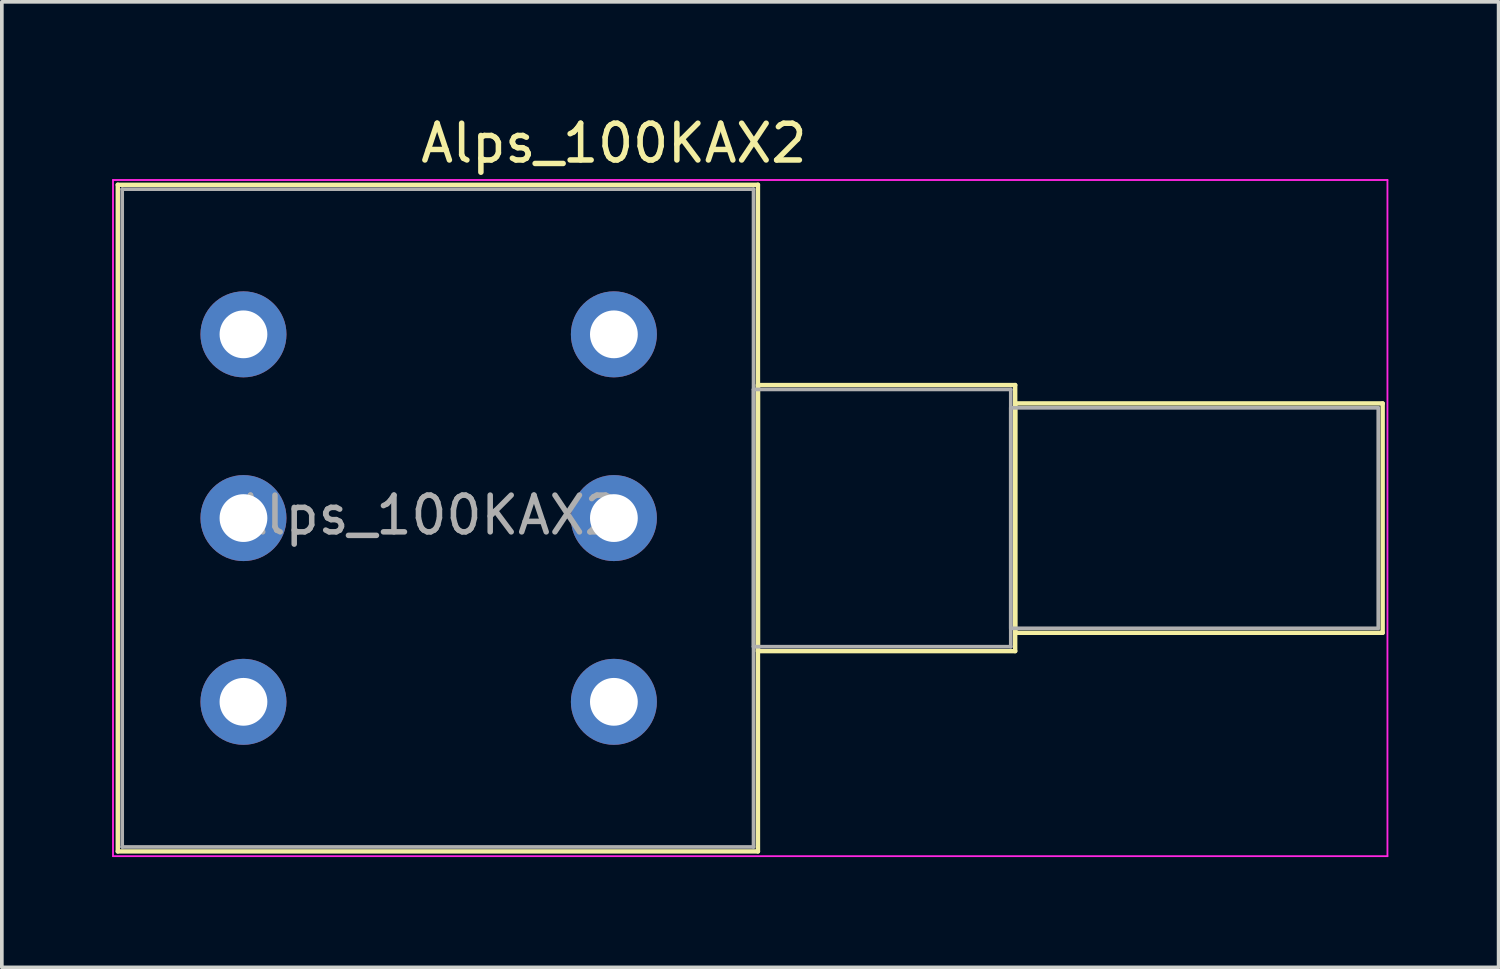
<source format=kicad_pcb>
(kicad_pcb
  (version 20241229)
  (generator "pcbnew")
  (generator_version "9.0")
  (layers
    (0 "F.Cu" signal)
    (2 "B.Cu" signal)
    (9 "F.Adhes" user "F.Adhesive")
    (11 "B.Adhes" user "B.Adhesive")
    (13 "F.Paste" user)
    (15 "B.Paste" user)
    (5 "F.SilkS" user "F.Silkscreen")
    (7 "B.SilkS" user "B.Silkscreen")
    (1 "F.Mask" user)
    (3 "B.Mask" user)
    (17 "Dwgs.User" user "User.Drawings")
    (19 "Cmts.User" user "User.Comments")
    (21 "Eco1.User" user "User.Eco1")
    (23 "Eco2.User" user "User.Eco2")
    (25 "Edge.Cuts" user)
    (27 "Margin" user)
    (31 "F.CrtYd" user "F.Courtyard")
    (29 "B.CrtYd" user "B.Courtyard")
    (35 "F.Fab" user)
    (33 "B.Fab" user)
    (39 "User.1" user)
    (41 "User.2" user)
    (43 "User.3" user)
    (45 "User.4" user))
  (footprint "Alps_100KAX2"
    (layer "F.Cu")
    (at 13.655 16.048)
    (property "Reference" "Alps_100KAX2" (at 0 -15.2 0) (layer "F.SilkS") (effects (font (size 1 1) (thickness 0.15))))
    (attr through_hole)
    (fp_line (start -13.5 -14.07) (end -13.5 4.07) (stroke (width 0.12) (type solid)) (layer "F.SilkS"))
    (fp_line (start -13.5 -14.07) (end 3.92 -14.07) (stroke (width 0.12) (type solid)) (layer "F.SilkS"))
    (fp_line (start -13.5 4.07) (end 3.92 4.07) (stroke (width 0.12) (type solid)) (layer "F.SilkS"))
    (fp_line (start 3.92 -14.07) (end 3.92 4.07) (stroke (width 0.12) (type solid)) (layer "F.SilkS"))
    (fp_line (start 3.92 -8.62) (end 3.92 -1.38) (stroke (width 0.12) (type solid)) (layer "F.SilkS"))
    (fp_line (start 3.92 -8.62) (end 10.92 -8.62) (stroke (width 0.12) (type solid)) (layer "F.SilkS"))
    (fp_line (start 3.92 -1.38) (end 10.92 -1.38) (stroke (width 0.12) (type solid)) (layer "F.SilkS"))
    (fp_line (start 10.92 -8.62) (end 10.92 -1.38) (stroke (width 0.12) (type solid)) (layer "F.SilkS"))
    (fp_line (start 10.92 -8.12) (end 10.92 -1.879) (stroke (width 0.12) (type solid)) (layer "F.SilkS"))
    (fp_line (start 10.92 -8.12) (end 20.92 -8.12) (stroke (width 0.12) (type solid)) (layer "F.SilkS"))
    (fp_line (start 10.92 -1.879) (end 20.92 -1.879) (stroke (width 0.12) (type solid)) (layer "F.SilkS"))
    (fp_line (start 20.92 -8.12) (end 20.92 -1.879) (stroke (width 0.12) (type solid)) (layer "F.SilkS"))
    (fp_line (start -13.63 -14.2) (end -13.63 4.2) (stroke (width 0.05) (type solid)) (layer "F.CrtYd"))
    (fp_line (start -13.63 4.2) (end 21.05 4.2) (stroke (width 0.05) (type solid)) (layer "F.CrtYd"))
    (fp_line (start 21.05 -14.2) (end -13.63 -14.2) (stroke (width 0.05) (type solid)) (layer "F.CrtYd"))
    (fp_line (start 21.05 4.2) (end 21.05 -14.2) (stroke (width 0.05) (type solid)) (layer "F.CrtYd"))
    (fp_line (start -13.38 -13.95) (end -13.38 3.95) (stroke (width 0.1) (type solid)) (layer "F.Fab"))
    (fp_line (start -13.38 3.95) (end 3.8 3.95) (stroke (width 0.1) (type solid)) (layer "F.Fab"))
    (fp_line (start 3.8 -13.95) (end -13.38 -13.95) (stroke (width 0.1) (type solid)) (layer "F.Fab"))
    (fp_line (start 3.8 -8.5) (end 3.8 -1.5) (stroke (width 0.1) (type solid)) (layer "F.Fab"))
    (fp_line (start 3.8 -1.5) (end 10.8 -1.5) (stroke (width 0.1) (type solid)) (layer "F.Fab"))
    (fp_line (start 3.8 3.95) (end 3.8 -13.95) (stroke (width 0.1) (type solid)) (layer "F.Fab"))
    (fp_line (start 10.8 -8.5) (end 3.8 -8.5) (stroke (width 0.1) (type solid)) (layer "F.Fab"))
    (fp_line (start 10.8 -8) (end 10.8 -2) (stroke (width 0.1) (type solid)) (layer "F.Fab"))
    (fp_line (start 10.8 -2) (end 20.8 -2) (stroke (width 0.1) (type solid)) (layer "F.Fab"))
    (fp_line (start 10.8 -1.5) (end 10.8 -8.5) (stroke (width 0.1) (type solid)) (layer "F.Fab"))
    (fp_line (start 20.8 -8) (end 10.8 -8) (stroke (width 0.1) (type solid)) (layer "F.Fab"))
    (fp_line (start 20.8 -2) (end 20.8 -8) (stroke (width 0.1) (type solid)) (layer "F.Fab"))
    (fp_text user "${REFERENCE}" (at -5.08 -5.08 0) (layer "F.Fab") (effects (font (size 1 1) (thickness 0.15))))
    (pad "1" thru_hole circle (at 0 0) (size 2.34 2.34) (drill 1.3) (layers "*.Cu" "*.Mask"))
    (pad "2" thru_hole circle (at 0 -5) (size 2.34 2.34) (drill 1.3) (layers "*.Cu" "*.Mask"))
    (pad "3" thru_hole circle (at 0 -10) (size 2.34 2.34) (drill 1.3) (layers "*.Cu" "*.Mask"))
    (pad "4" thru_hole circle (at -10.08 0) (size 2.34 2.34) (drill 1.3) (layers "*.Cu" "*.Mask"))
    (pad "5" thru_hole circle (at -10.08 -5) (size 2.34 2.34) (drill 1.3) (layers "*.Cu" "*.Mask"))
    (pad "6" thru_hole circle (at -10.08 -10) (size 2.34 2.34) (drill 1.3) (layers "*.Cu" "*.Mask")))
  (gr_rect
    (start -3 -3)
    (end 37.73 23.273)
    (stroke (width 0.1) (type default))
    (fill no)
    (layer "Edge.Cuts")))
</source>
